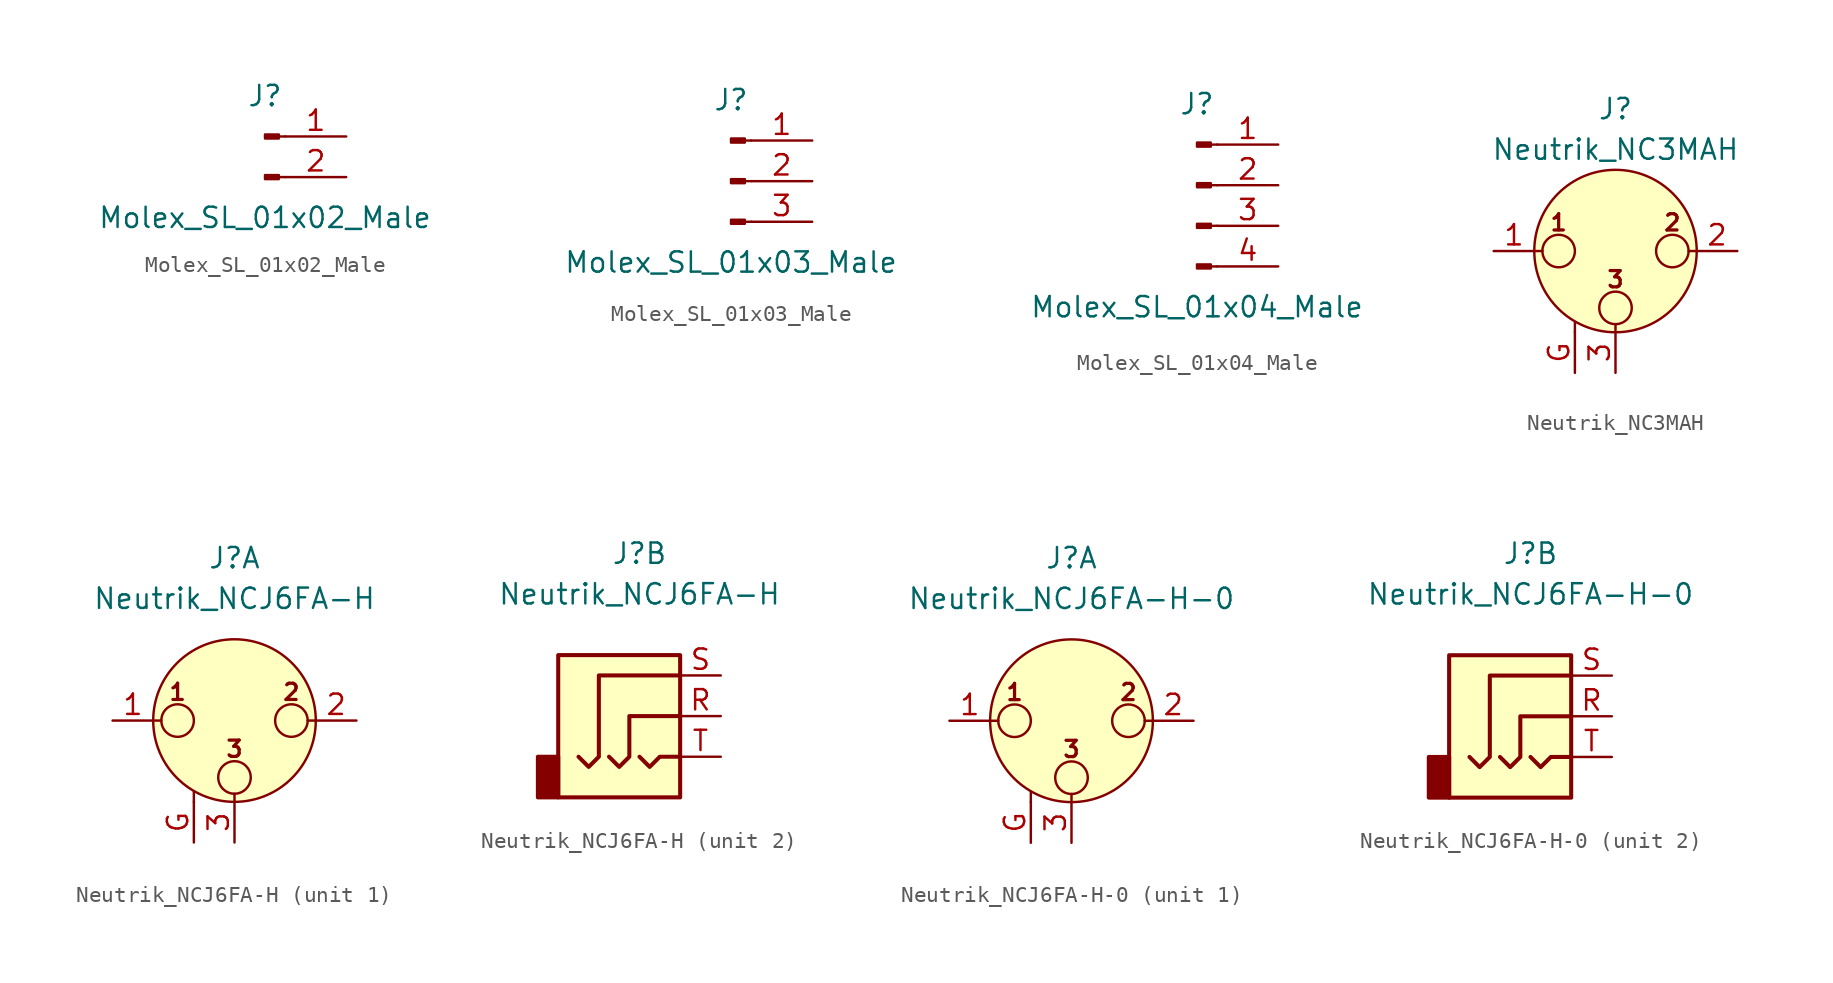
<source format=kicad_sym>
(kicad_symbol_lib
  (version 20231120)
  (generator "kicad_symbol_editor")
  (generator_version "8.0")
  (symbol "Molex_SL_01x02_Male"
    (pin_names
      (offset 1.016) hide)
    (property "Reference" "J"
      (at 0 2.54 0)
      (effects (font (size 1.27 1.27))))
    (property "Value" "Molex_SL_01x02_Male"
      (at 0 -5.08 0)
      (effects (font (size 1.27 1.27))))
    (symbol "Molex_SL_01x02_Male_1_1"
      (polyline (pts (xy 1.27 -2.54) (xy 0.864 -2.54)) (stroke (width 0.152) (type solid)) (fill (type none)))
      (polyline (pts (xy 1.27 0) (xy 0.864 0)) (stroke (width 0.152) (type solid)) (fill (type none)))
      (rectangle (start 0.864 -2.413) (end 0 -2.667) (stroke (width 0.152) (type solid)) (fill (type outline)))
      (rectangle (start 0.864 0.127) (end 0 -0.127) (stroke (width 0.152) (type solid)) (fill (type outline)))
      (pin passive line (at 5.08 0 180) (length 3.81) (name "Pin_1" (effects (font (size 1.27 1.27)))) (number "1" (effects (font (size 1.27 1.27)))))
      (pin passive line (at 5.08 -2.54 180) (length 3.81) (name "Pin_2" (effects (font (size 1.27 1.27)))) (number "2" (effects (font (size 1.27 1.27)))))))
  (symbol "Molex_SL_01x03_Male"
    (pin_names
      (offset 1.016) hide)
    (property "Reference" "J"
      (at 0 5.08 0)
      (effects (font (size 1.27 1.27))))
    (property "Value" "Molex_SL_01x03_Male"
      (at 0 -5.08 0)
      (effects (font (size 1.27 1.27))))
    (symbol "Molex_SL_01x03_Male_1_1"
      (polyline (pts (xy 1.27 -2.54) (xy 0.864 -2.54)) (stroke (width 0.152) (type solid)) (fill (type none)))
      (polyline (pts (xy 1.27 0) (xy 0.864 0)) (stroke (width 0.152) (type solid)) (fill (type none)))
      (polyline (pts (xy 1.27 2.54) (xy 0.864 2.54)) (stroke (width 0.152) (type solid)) (fill (type none)))
      (rectangle (start 0.864 -2.413) (end 0 -2.667) (stroke (width 0.152) (type solid)) (fill (type outline)))
      (rectangle (start 0.864 0.127) (end 0 -0.127) (stroke (width 0.152) (type solid)) (fill (type outline)))
      (rectangle (start 0.864 2.667) (end 0 2.413) (stroke (width 0.152) (type solid)) (fill (type outline)))
      (pin passive line (at 5.08 2.54 180) (length 3.81) (name "Pin_1" (effects (font (size 1.27 1.27)))) (number "1" (effects (font (size 1.27 1.27)))))
      (pin passive line (at 5.08 0 180) (length 3.81) (name "Pin_2" (effects (font (size 1.27 1.27)))) (number "2" (effects (font (size 1.27 1.27)))))
      (pin passive line (at 5.08 -2.54 180) (length 3.81) (name "Pin_3" (effects (font (size 1.27 1.27)))) (number "3" (effects (font (size 1.27 1.27)))))))
  (symbol "Molex_SL_01x04_Male"
    (pin_names
      (offset 1.016) hide)
    (property "Reference" "J"
      (at 0 5.08 0)
      (effects (font (size 1.27 1.27))))
    (property "Value" "Molex_SL_01x04_Male"
      (at 0 -7.62 0)
      (effects (font (size 1.27 1.27))))
    (symbol "Molex_SL_01x04_Male_1_1"
      (polyline (pts (xy 1.27 -5.08) (xy 0.864 -5.08)) (stroke (width 0.152) (type solid)) (fill (type none)))
      (polyline (pts (xy 1.27 -2.54) (xy 0.864 -2.54)) (stroke (width 0.152) (type solid)) (fill (type none)))
      (polyline (pts (xy 1.27 0) (xy 0.864 0)) (stroke (width 0.152) (type solid)) (fill (type none)))
      (polyline (pts (xy 1.27 2.54) (xy 0.864 2.54)) (stroke (width 0.152) (type solid)) (fill (type none)))
      (rectangle (start 0.864 -4.953) (end 0 -5.207) (stroke (width 0.152) (type solid)) (fill (type outline)))
      (rectangle (start 0.864 -2.413) (end 0 -2.667) (stroke (width 0.152) (type solid)) (fill (type outline)))
      (rectangle (start 0.864 0.127) (end 0 -0.127) (stroke (width 0.152) (type solid)) (fill (type outline)))
      (rectangle (start 0.864 2.667) (end 0 2.413) (stroke (width 0.152) (type solid)) (fill (type outline)))
      (pin passive line (at 5.08 2.54 180) (length 3.81) (name "Pin_1" (effects (font (size 1.27 1.27)))) (number "1" (effects (font (size 1.27 1.27)))))
      (pin passive line (at 5.08 0 180) (length 3.81) (name "Pin_2" (effects (font (size 1.27 1.27)))) (number "2" (effects (font (size 1.27 1.27)))))
      (pin passive line (at 5.08 -2.54 180) (length 3.81) (name "Pin_3" (effects (font (size 1.27 1.27)))) (number "3" (effects (font (size 1.27 1.27)))))
      (pin passive line (at 5.08 -5.08 180) (length 3.81) (name "Pin_4" (effects (font (size 1.27 1.27)))) (number "4" (effects (font (size 1.27 1.27)))))))
  (symbol "Neutrik_NC3MAH"
    (pin_names hide)
    (property "Reference" "J"
      (at 0 8.89 0)
      (effects (font (size 1.27 1.27))))
    (property "Value" "Neutrik_NC3MAH"
      (at 0 6.35 0)
      (effects (font (size 1.27 1.27))))
    (symbol "Neutrik_NC3MAH_0_1"
      (circle (center -3.556 0) (radius 1.016) (stroke (width 0) (type solid)) (fill (type none)))
      (circle (center 0 -3.556) (radius 1.016) (stroke (width 0) (type solid)) (fill (type none)))
      (polyline (pts (xy -5.08 0) (xy -4.572 0)) (stroke (width 0) (type solid)) (fill (type none)))
      (polyline (pts (xy -2.54 -5.08) (xy -2.54 -4.445)) (stroke (width 0) (type solid)) (fill (type none)))
      (polyline (pts (xy 0 -5.08) (xy 0 -4.572)) (stroke (width 0) (type solid)) (fill (type none)))
      (polyline (pts (xy 5.08 0) (xy 4.572 0)) (stroke (width 0) (type solid)) (fill (type none)))
      (circle (center 0 0) (radius 5.08) (stroke (width 0) (type solid)) (fill (type background)))
      (circle (center 3.556 0) (radius 1.016) (stroke (width 0) (type solid)) (fill (type none)))
      (text "1" (at -3.556 1.778 0) (effects (font (size 1.016 1.016) (bold yes))))
      (text "2" (at 3.556 1.778 0) (effects (font (size 1.016 1.016) (bold yes))))
      (text "3" (at 0 -1.778 0) (effects (font (size 1.016 1.016) (bold yes))))
      (pin passive line (at -7.62 0 0) (length 2.54) (name "~" (effects (font (size 1.27 1.27)))) (number "1" (effects (font (size 1.27 1.27)))))
      (pin passive line (at 7.62 0 180) (length 2.54) (name "~" (effects (font (size 1.27 1.27)))) (number "2" (effects (font (size 1.27 1.27)))))
      (pin passive line (at 0 -7.62 90) (length 2.54) (name "~" (effects (font (size 1.27 1.27)))) (number "3" (effects (font (size 1.27 1.27))))))
    (symbol "Neutrik_NC3MAH_1_1"
      (pin passive line (at -2.54 -7.62 90) (length 2.54) (name "~" (effects (font (size 1.27 1.27)))) (number "G" (effects (font (size 1.27 1.27)))))))
  (symbol "Neutrik_NCJ6FA-H"
    (pin_names hide)
    (property "Reference" "J"
      (at 0 10.16 0)
      (effects (font (size 1.27 1.27))))
    (property "Value" "Neutrik_NCJ6FA-H"
      (at 0 7.62 0)
      (effects (font (size 1.27 1.27))))
    (symbol "Neutrik_NCJ6FA-H_1_1"
      (circle (center -3.556 0) (radius 1.016) (stroke (width 0) (type solid)) (fill (type none)))
      (circle (center 0 -3.556) (radius 1.016) (stroke (width 0) (type solid)) (fill (type none)))
      (polyline (pts (xy -5.08 0) (xy -4.572 0)) (stroke (width 0) (type solid)) (fill (type none)))
      (polyline (pts (xy -2.54 -5.08) (xy -2.54 -4.445)) (stroke (width 0) (type solid)) (fill (type none)))
      (polyline (pts (xy 0 -5.08) (xy 0 -4.572)) (stroke (width 0) (type solid)) (fill (type none)))
      (polyline (pts (xy 5.08 0) (xy 4.572 0)) (stroke (width 0) (type solid)) (fill (type none)))
      (circle (center 0 0) (radius 5.08) (stroke (width 0) (type solid)) (fill (type background)))
      (circle (center 3.556 0) (radius 1.016) (stroke (width 0) (type solid)) (fill (type none)))
      (text "1" (at -3.556 1.778 0) (effects (font (size 1.016 1.016) (bold yes))))
      (text "2" (at 3.556 1.778 0) (effects (font (size 1.016 1.016) (bold yes))))
      (text "3" (at 0 -1.778 0) (effects (font (size 1.016 1.016) (bold yes))))
      (pin passive line (at -7.62 0 0) (length 2.54) (name "~" (effects (font (size 1.27 1.27)))) (number "1" (effects (font (size 1.27 1.27)))))
      (pin passive line (at 7.62 0 180) (length 2.54) (name "~" (effects (font (size 1.27 1.27)))) (number "2" (effects (font (size 1.27 1.27)))))
      (pin passive line (at 0 -7.62 90) (length 2.54) (name "~" (effects (font (size 1.27 1.27)))) (number "3" (effects (font (size 1.27 1.27)))))
      (pin passive line (at -2.54 -7.62 90) (length 2.54) (name "~" (effects (font (size 1.27 1.27)))) (number "G" (effects (font (size 1.27 1.27))))))
    (symbol "Neutrik_NCJ6FA-H_2_1"
      (rectangle (start -5.08 -2.54) (end -6.35 -5.08) (stroke (width 0.254) (type solid)) (fill (type outline)))
      (polyline (pts (xy 0 -2.54) (xy 0.635 -3.175) (xy 1.27 -2.54) (xy 2.54 -2.54)) (stroke (width 0.254) (type solid)) (fill (type none)))
      (polyline (pts (xy -1.905 -2.54) (xy -1.27 -3.175) (xy -0.635 -2.54) (xy -0.635 0) (xy 2.54 0)) (stroke (width 0.254) (type solid)) (fill (type none)))
      (polyline (pts (xy 2.54 2.54) (xy -2.54 2.54) (xy -2.54 -2.54) (xy -3.175 -3.175) (xy -3.81 -2.54)) (stroke (width 0.254) (type solid)) (fill (type none)))
      (rectangle (start 2.54 3.81) (end -5.08 -5.08) (stroke (width 0.254) (type solid)) (fill (type background)))
      (pin passive line (at 5.08 0 180) (length 2.54) (name "~" (effects (font (size 1.27 1.27)))) (number "R" (effects (font (size 1.27 1.27)))))
      (pin passive line (at 5.08 2.54 180) (length 2.54) (name "~" (effects (font (size 1.27 1.27)))) (number "S" (effects (font (size 1.27 1.27)))))
      (pin passive line (at 5.08 -2.54 180) (length 2.54) (name "~" (effects (font (size 1.27 1.27)))) (number "T" (effects (font (size 1.27 1.27)))))))
  (symbol "Neutrik_NCJ6FA-H-0"
    (pin_names hide)
    (property "Reference" "J"
      (at 0 10.16 0)
      (effects (font (size 1.27 1.27))))
    (property "Value" "Neutrik_NCJ6FA-H-0"
      (at 0 7.62 0)
      (effects (font (size 1.27 1.27))))
    (symbol "Neutrik_NCJ6FA-H-0_1_1"
      (circle (center -3.556 0) (radius 1.016) (stroke (width 0) (type solid)) (fill (type none)))
      (circle (center 0 -3.556) (radius 1.016) (stroke (width 0) (type solid)) (fill (type none)))
      (polyline (pts (xy -5.08 0) (xy -4.572 0)) (stroke (width 0) (type solid)) (fill (type none)))
      (polyline (pts (xy -2.54 -5.08) (xy -2.54 -4.445)) (stroke (width 0) (type solid)) (fill (type none)))
      (polyline (pts (xy 0 -5.08) (xy 0 -4.572)) (stroke (width 0) (type solid)) (fill (type none)))
      (polyline (pts (xy 5.08 0) (xy 4.572 0)) (stroke (width 0) (type solid)) (fill (type none)))
      (circle (center 0 0) (radius 5.08) (stroke (width 0) (type solid)) (fill (type background)))
      (circle (center 3.556 0) (radius 1.016) (stroke (width 0) (type solid)) (fill (type none)))
      (text "1" (at -3.556 1.778 0) (effects (font (size 1.016 1.016) (bold yes))))
      (text "2" (at 3.556 1.778 0) (effects (font (size 1.016 1.016) (bold yes))))
      (text "3" (at 0 -1.778 0) (effects (font (size 1.016 1.016) (bold yes))))
      (pin passive line (at -7.62 0 0) (length 2.54) (name "~" (effects (font (size 1.27 1.27)))) (number "1" (effects (font (size 1.27 1.27)))))
      (pin passive line (at 7.62 0 180) (length 2.54) (name "~" (effects (font (size 1.27 1.27)))) (number "2" (effects (font (size 1.27 1.27)))))
      (pin passive line (at 0 -7.62 90) (length 2.54) (name "~" (effects (font (size 1.27 1.27)))) (number "3" (effects (font (size 1.27 1.27)))))
      (pin passive line (at -2.54 -7.62 90) (length 2.54) (name "~" (effects (font (size 1.27 1.27)))) (number "G" (effects (font (size 1.27 1.27))))))
    (symbol "Neutrik_NCJ6FA-H-0_2_1"
      (rectangle (start -5.08 -2.54) (end -6.35 -5.08) (stroke (width 0.254) (type solid)) (fill (type outline)))
      (polyline (pts (xy 0 -2.54) (xy 0.635 -3.175) (xy 1.27 -2.54) (xy 2.54 -2.54)) (stroke (width 0.254) (type solid)) (fill (type none)))
      (polyline (pts (xy -1.905 -2.54) (xy -1.27 -3.175) (xy -0.635 -2.54) (xy -0.635 0) (xy 2.54 0)) (stroke (width 0.254) (type solid)) (fill (type none)))
      (polyline (pts (xy 2.54 2.54) (xy -2.54 2.54) (xy -2.54 -2.54) (xy -3.175 -3.175) (xy -3.81 -2.54)) (stroke (width 0.254) (type solid)) (fill (type none)))
      (rectangle (start 2.54 3.81) (end -5.08 -5.08) (stroke (width 0.254) (type solid)) (fill (type background)))
      (pin passive line (at 5.08 0 180) (length 2.54) (name "~" (effects (font (size 1.27 1.27)))) (number "R" (effects (font (size 1.27 1.27)))))
      (pin passive line (at 5.08 2.54 180) (length 2.54) (name "~" (effects (font (size 1.27 1.27)))) (number "S" (effects (font (size 1.27 1.27)))))
      (pin passive line (at 5.08 -2.54 180) (length 2.54) (name "~" (effects (font (size 1.27 1.27)))) (number "T" (effects (font (size 1.27 1.27))))))))
</source>
